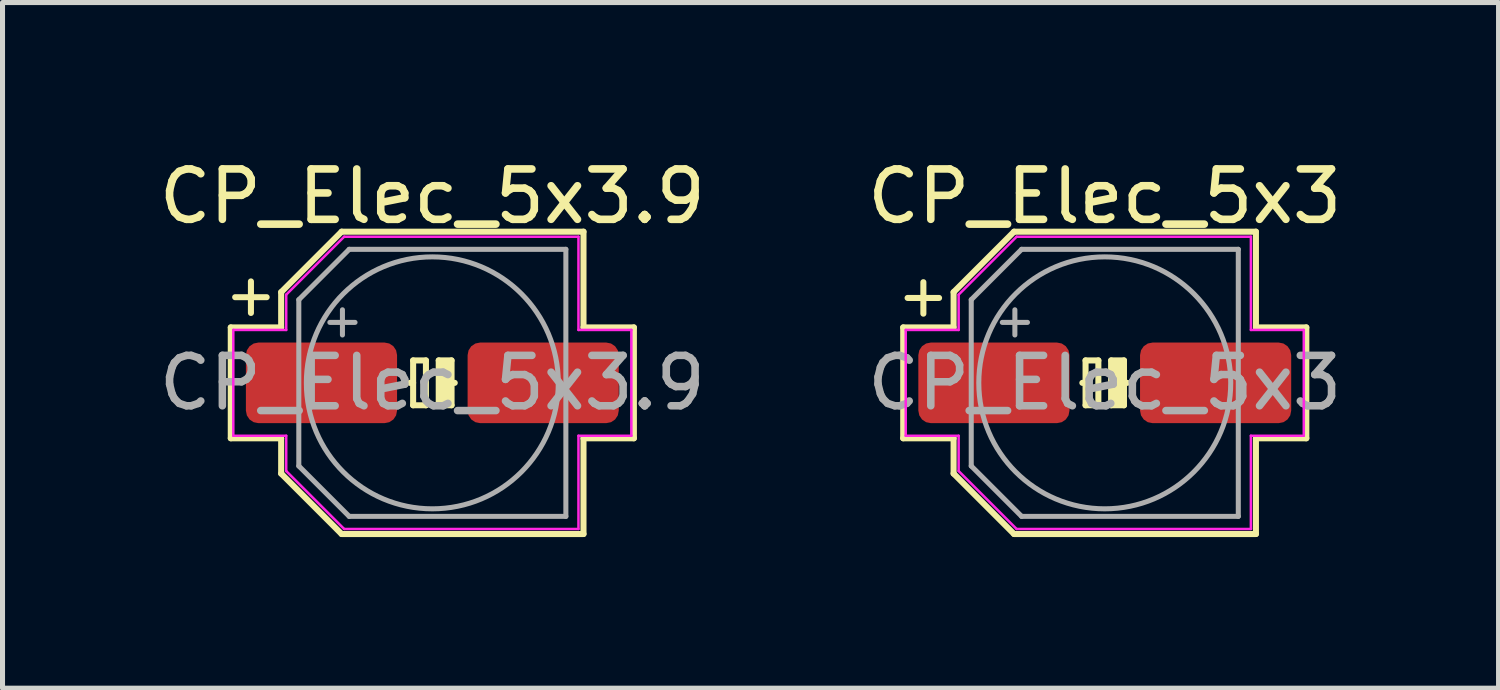
<source format=kicad_pcb>
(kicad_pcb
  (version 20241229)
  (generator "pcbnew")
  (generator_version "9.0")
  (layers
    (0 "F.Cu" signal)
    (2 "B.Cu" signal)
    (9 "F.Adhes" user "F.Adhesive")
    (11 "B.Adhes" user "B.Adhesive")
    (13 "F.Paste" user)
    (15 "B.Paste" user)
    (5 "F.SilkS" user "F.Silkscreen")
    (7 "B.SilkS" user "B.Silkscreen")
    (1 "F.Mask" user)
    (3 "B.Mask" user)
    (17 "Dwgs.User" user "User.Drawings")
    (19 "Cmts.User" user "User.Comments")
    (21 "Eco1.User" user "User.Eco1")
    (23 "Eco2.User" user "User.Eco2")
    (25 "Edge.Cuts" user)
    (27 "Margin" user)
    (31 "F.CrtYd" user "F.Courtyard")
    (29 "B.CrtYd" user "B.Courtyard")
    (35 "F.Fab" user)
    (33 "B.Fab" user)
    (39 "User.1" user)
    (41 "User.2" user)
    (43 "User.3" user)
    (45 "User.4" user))
  (footprint "CP_Elec_5x3"
    (layer "F.Cu")
    (at 18.875 4.548)
    (property "Reference" "CP_Elec_5x3" (at 0 -3.7 0) (layer "F.SilkS") (effects (font (size 1 1) (thickness 0.15))))
    (attr smd)
    (fp_line (start -4 -1.1) (end -4 1.1) (stroke (width 0.12) (type solid)) (layer "F.SilkS"))
    (fp_line (start -4 1.1) (end -3 1.1) (stroke (width 0.12) (type solid)) (layer "F.SilkS"))
    (fp_line (start -3.913 -1.685) (end -3.288 -1.685) (stroke (width 0.12) (type solid)) (layer "F.SilkS"))
    (fp_line (start -3.6 -1.998) (end -3.6 -1.373) (stroke (width 0.12) (type solid)) (layer "F.SilkS"))
    (fp_line (start -3 -1.8) (end -3 -1.1) (stroke (width 0.12) (type solid)) (layer "F.SilkS"))
    (fp_line (start -3 -1.1) (end -4 -1.1) (stroke (width 0.12) (type solid)) (layer "F.SilkS"))
    (fp_line (start -3 1.1) (end -3 1.8) (stroke (width 0.12) (type solid)) (layer "F.SilkS"))
    (fp_line (start -3 1.8) (end -1.8 3) (stroke (width 0.12) (type solid)) (layer "F.SilkS"))
    (fp_line (start -1.8 -3) (end -3 -1.8) (stroke (width 0.12) (type solid)) (layer "F.SilkS"))
    (fp_line (start -1.8 3) (end 3 3) (stroke (width 0.12) (type solid)) (layer "F.SilkS"))
    (fp_line (start -0.381 0) (end -0.445 0) (stroke (width 0.12) (type solid)) (layer "F.SilkS"))
    (fp_line (start -0.381 0.445) (end -0.381 -0.445) (stroke (width 0.12) (type solid)) (layer "F.SilkS"))
    (fp_line (start -0.381 0.445) (end -0.127 0.445) (stroke (width 0.12) (type solid)) (layer "F.SilkS"))
    (fp_line (start -0.127 -0.445) (end -0.381 -0.445) (stroke (width 0.12) (type solid)) (layer "F.SilkS"))
    (fp_line (start -0.127 -0.445) (end -0.127 0.445) (stroke (width 0.12) (type solid)) (layer "F.SilkS"))
    (fp_line (start 0.127 -0.445) (end 0.127 -0.191) (stroke (width 0.12) (type solid)) (layer "F.SilkS"))
    (fp_line (start 0.127 -0.445) (end 0.381 -0.445) (stroke (width 0.12) (type solid)) (layer "F.SilkS"))
    (fp_line (start 0.127 -0.191) (end 0.127 0.445) (stroke (width 0.12) (type solid)) (layer "F.SilkS"))
    (fp_line (start 0.381 0) (end 0.445 0) (stroke (width 0.12) (type solid)) (layer "F.SilkS"))
    (fp_line (start 0.381 0.445) (end 0.127 0.445) (stroke (width 0.12) (type solid)) (layer "F.SilkS"))
    (fp_line (start 0.381 0.445) (end 0.381 -0.445) (stroke (width 0.12) (type solid)) (layer "F.SilkS"))
    (fp_line (start 3 -3) (end -1.8 -3) (stroke (width 0.12) (type solid)) (layer "F.SilkS"))
    (fp_line (start 3 -1.1) (end 3 -3) (stroke (width 0.12) (type solid)) (layer "F.SilkS"))
    (fp_line (start 3 1.1) (end 4 1.1) (stroke (width 0.12) (type solid)) (layer "F.SilkS"))
    (fp_line (start 3 3) (end 3 1.1) (stroke (width 0.12) (type solid)) (layer "F.SilkS"))
    (fp_line (start 4 -1.1) (end 3 -1.1) (stroke (width 0.12) (type solid)) (layer "F.SilkS"))
    (fp_line (start 4 1.1) (end 4 -1.1) (stroke (width 0.12) (type solid)) (layer "F.SilkS"))
    (fp_poly (pts (xy 0.381 0.445) (xy 0.127 0.445) (xy 0.127 -0.445) (xy 0.381 -0.445)) (stroke (width 0.1) (type solid)) (fill yes) (layer "F.SilkS"))
    (fp_line (start -3.95 -1.05) (end -3.95 1.05) (stroke (width 0.05) (type solid)) (layer "F.CrtYd"))
    (fp_line (start -3.95 1.05) (end -2.9 1.05) (stroke (width 0.05) (type solid)) (layer "F.CrtYd"))
    (fp_line (start -2.9 -1.75) (end -2.9 -1.05) (stroke (width 0.05) (type solid)) (layer "F.CrtYd"))
    (fp_line (start -2.9 -1.75) (end -1.75 -2.9) (stroke (width 0.05) (type solid)) (layer "F.CrtYd"))
    (fp_line (start -2.9 -1.05) (end -3.95 -1.05) (stroke (width 0.05) (type solid)) (layer "F.CrtYd"))
    (fp_line (start -2.9 1.05) (end -2.9 1.75) (stroke (width 0.05) (type solid)) (layer "F.CrtYd"))
    (fp_line (start -2.9 1.75) (end -1.75 2.9) (stroke (width 0.05) (type solid)) (layer "F.CrtYd"))
    (fp_line (start -1.75 -2.9) (end 2.9 -2.9) (stroke (width 0.05) (type solid)) (layer "F.CrtYd"))
    (fp_line (start -1.75 2.9) (end 2.9 2.9) (stroke (width 0.05) (type solid)) (layer "F.CrtYd"))
    (fp_line (start 2.9 -2.9) (end 2.9 -1.05) (stroke (width 0.05) (type solid)) (layer "F.CrtYd"))
    (fp_line (start 2.9 -1.05) (end 3.95 -1.05) (stroke (width 0.05) (type solid)) (layer "F.CrtYd"))
    (fp_line (start 2.9 1.05) (end 2.9 2.9) (stroke (width 0.05) (type solid)) (layer "F.CrtYd"))
    (fp_line (start 3.95 -1.05) (end 3.95 1.05) (stroke (width 0.05) (type solid)) (layer "F.CrtYd"))
    (fp_line (start 3.95 1.05) (end 2.9 1.05) (stroke (width 0.05) (type solid)) (layer "F.CrtYd"))
    (fp_line (start -2.65 -1.65) (end -2.65 1.65) (stroke (width 0.1) (type solid)) (layer "F.Fab"))
    (fp_line (start -2.65 -1.65) (end -1.65 -2.65) (stroke (width 0.1) (type solid)) (layer "F.Fab"))
    (fp_line (start -2.65 1.65) (end -1.65 2.65) (stroke (width 0.1) (type solid)) (layer "F.Fab"))
    (fp_line (start -2.034 -1.2) (end -1.534 -1.2) (stroke (width 0.1) (type solid)) (layer "F.Fab"))
    (fp_line (start -1.784 -1.45) (end -1.784 -0.95) (stroke (width 0.1) (type solid)) (layer "F.Fab"))
    (fp_line (start -1.65 -2.65) (end 2.65 -2.65) (stroke (width 0.1) (type solid)) (layer "F.Fab"))
    (fp_line (start -1.65 2.65) (end 2.65 2.65) (stroke (width 0.1) (type solid)) (layer "F.Fab"))
    (fp_line (start 2.65 -2.65) (end 2.65 2.65) (stroke (width 0.1) (type solid)) (layer "F.Fab"))
    (fp_circle (center 0 0) (end 2.5 0) (stroke (width 0.1) (type solid)) (fill no) (layer "F.Fab"))
    (fp_text user "${REFERENCE}" (at 0 0 0) (layer "F.Fab") (effects (font (size 1 1) (thickness 0.15))))
    (pad "1" smd roundrect (at -2.2 0) (size 3 1.6) (layers "F.Cu" "F.Mask" "F.Paste") (roundrect_rratio 0.156))
    (pad "2" smd roundrect (at 2.2 0) (size 3 1.6) (layers "F.Cu" "F.Mask" "F.Paste") (roundrect_rratio 0.156)))
  (footprint "CP_Elec_5x3.9"
    (layer "F.Cu")
    (at 5.53 4.548)
    (property "Reference" "CP_Elec_5x3.9" (at 0 -3.7 0) (layer "F.SilkS") (effects (font (size 1 1) (thickness 0.15))))
    (attr smd)
    (fp_line (start -4 -1.1) (end -3 -1.1) (stroke (width 0.12) (type solid)) (layer "F.SilkS"))
    (fp_line (start -4 1.1) (end -4 -1.1) (stroke (width 0.12) (type solid)) (layer "F.SilkS"))
    (fp_line (start -3.913 -1.7) (end -3.288 -1.7) (stroke (width 0.12) (type solid)) (layer "F.SilkS"))
    (fp_line (start -3.6 -2.013) (end -3.6 -1.387) (stroke (width 0.12) (type solid)) (layer "F.SilkS"))
    (fp_line (start -3 -1.8) (end -1.8 -3) (stroke (width 0.12) (type solid)) (layer "F.SilkS"))
    (fp_line (start -3 -1.1) (end -3 -1.8) (stroke (width 0.12) (type solid)) (layer "F.SilkS"))
    (fp_line (start -3 1.1) (end -4 1.1) (stroke (width 0.12) (type solid)) (layer "F.SilkS"))
    (fp_line (start -3 1.8) (end -3 1.1) (stroke (width 0.12) (type solid)) (layer "F.SilkS"))
    (fp_line (start -1.8 -3) (end 3 -3) (stroke (width 0.12) (type solid)) (layer "F.SilkS"))
    (fp_line (start -1.8 3) (end -3 1.8) (stroke (width 0.12) (type solid)) (layer "F.SilkS"))
    (fp_line (start -0.381 0) (end -0.445 0) (stroke (width 0.12) (type solid)) (layer "F.SilkS"))
    (fp_line (start -0.381 0.445) (end -0.381 -0.445) (stroke (width 0.12) (type solid)) (layer "F.SilkS"))
    (fp_line (start -0.381 0.445) (end -0.127 0.445) (stroke (width 0.12) (type solid)) (layer "F.SilkS"))
    (fp_line (start -0.127 -0.445) (end -0.381 -0.445) (stroke (width 0.12) (type solid)) (layer "F.SilkS"))
    (fp_line (start -0.127 -0.445) (end -0.127 0.445) (stroke (width 0.12) (type solid)) (layer "F.SilkS"))
    (fp_line (start 0.127 -0.445) (end 0.127 -0.191) (stroke (width 0.12) (type solid)) (layer "F.SilkS"))
    (fp_line (start 0.127 -0.445) (end 0.381 -0.445) (stroke (width 0.12) (type solid)) (layer "F.SilkS"))
    (fp_line (start 0.127 -0.191) (end 0.127 0.445) (stroke (width 0.12) (type solid)) (layer "F.SilkS"))
    (fp_line (start 0.381 0) (end 0.445 0) (stroke (width 0.12) (type solid)) (layer "F.SilkS"))
    (fp_line (start 0.381 0.445) (end 0.127 0.445) (stroke (width 0.12) (type solid)) (layer "F.SilkS"))
    (fp_line (start 0.381 0.445) (end 0.381 -0.445) (stroke (width 0.12) (type solid)) (layer "F.SilkS"))
    (fp_line (start 3 -3) (end 3 -1.1) (stroke (width 0.12) (type solid)) (layer "F.SilkS"))
    (fp_line (start 3 -1.1) (end 4 -1.1) (stroke (width 0.12) (type solid)) (layer "F.SilkS"))
    (fp_line (start 3 1.1) (end 3 3) (stroke (width 0.12) (type solid)) (layer "F.SilkS"))
    (fp_line (start 3 3) (end -1.8 3) (stroke (width 0.12) (type solid)) (layer "F.SilkS"))
    (fp_line (start 4 -1.1) (end 4 1.1) (stroke (width 0.12) (type solid)) (layer "F.SilkS"))
    (fp_line (start 4 1.1) (end 3 1.1) (stroke (width 0.12) (type solid)) (layer "F.SilkS"))
    (fp_poly (pts (xy 0.381 0.445) (xy 0.127 0.445) (xy 0.127 -0.445) (xy 0.381 -0.445)) (stroke (width 0.1) (type solid)) (fill yes) (layer "F.SilkS"))
    (fp_line (start -3.95 -1.05) (end -3.95 1.05) (stroke (width 0.05) (type solid)) (layer "F.CrtYd"))
    (fp_line (start -3.95 1.05) (end -2.9 1.05) (stroke (width 0.05) (type solid)) (layer "F.CrtYd"))
    (fp_line (start -2.9 -1.75) (end -2.9 -1.05) (stroke (width 0.05) (type solid)) (layer "F.CrtYd"))
    (fp_line (start -2.9 -1.75) (end -1.75 -2.9) (stroke (width 0.05) (type solid)) (layer "F.CrtYd"))
    (fp_line (start -2.9 -1.05) (end -3.95 -1.05) (stroke (width 0.05) (type solid)) (layer "F.CrtYd"))
    (fp_line (start -2.9 1.05) (end -2.9 1.75) (stroke (width 0.05) (type solid)) (layer "F.CrtYd"))
    (fp_line (start -2.9 1.75) (end -1.75 2.9) (stroke (width 0.05) (type solid)) (layer "F.CrtYd"))
    (fp_line (start -1.75 -2.9) (end 2.9 -2.9) (stroke (width 0.05) (type solid)) (layer "F.CrtYd"))
    (fp_line (start -1.75 2.9) (end 2.9 2.9) (stroke (width 0.05) (type solid)) (layer "F.CrtYd"))
    (fp_line (start 2.9 -2.9) (end 2.9 -1.05) (stroke (width 0.05) (type solid)) (layer "F.CrtYd"))
    (fp_line (start 2.9 -1.05) (end 3.95 -1.05) (stroke (width 0.05) (type solid)) (layer "F.CrtYd"))
    (fp_line (start 2.9 1.05) (end 2.9 2.9) (stroke (width 0.05) (type solid)) (layer "F.CrtYd"))
    (fp_line (start 3.95 -1.05) (end 3.95 1.05) (stroke (width 0.05) (type solid)) (layer "F.CrtYd"))
    (fp_line (start 3.95 1.05) (end 2.9 1.05) (stroke (width 0.05) (type solid)) (layer "F.CrtYd"))
    (fp_line (start -2.65 -1.65) (end -2.65 1.65) (stroke (width 0.1) (type solid)) (layer "F.Fab"))
    (fp_line (start -2.65 -1.65) (end -1.65 -2.65) (stroke (width 0.1) (type solid)) (layer "F.Fab"))
    (fp_line (start -2.65 1.65) (end -1.65 2.65) (stroke (width 0.1) (type solid)) (layer "F.Fab"))
    (fp_line (start -2.034 -1.2) (end -1.534 -1.2) (stroke (width 0.1) (type solid)) (layer "F.Fab"))
    (fp_line (start -1.784 -1.45) (end -1.784 -0.95) (stroke (width 0.1) (type solid)) (layer "F.Fab"))
    (fp_line (start -1.65 -2.65) (end 2.65 -2.65) (stroke (width 0.1) (type solid)) (layer "F.Fab"))
    (fp_line (start -1.65 2.65) (end 2.65 2.65) (stroke (width 0.1) (type solid)) (layer "F.Fab"))
    (fp_line (start 2.65 -2.65) (end 2.65 2.65) (stroke (width 0.1) (type solid)) (layer "F.Fab"))
    (fp_circle (center 0 0) (end 2.5 0) (stroke (width 0.1) (type solid)) (fill no) (layer "F.Fab"))
    (fp_text user "${REFERENCE}" (at 0 0 0) (layer "F.Fab") (effects (font (size 1 1) (thickness 0.15))))
    (pad "1" smd roundrect (at -2.2 0) (size 3 1.6) (layers "F.Cu" "F.Mask" "F.Paste") (roundrect_rratio 0.156))
    (pad "2" smd roundrect (at 2.2 0) (size 3 1.6) (layers "F.Cu" "F.Mask" "F.Paste") (roundrect_rratio 0.156)))
  (gr_rect
    (start -3 -3)
    (end 26.69 10.608)
    (stroke (width 0.1) (type default))
    (fill no)
    (layer "Edge.Cuts")))
</source>
